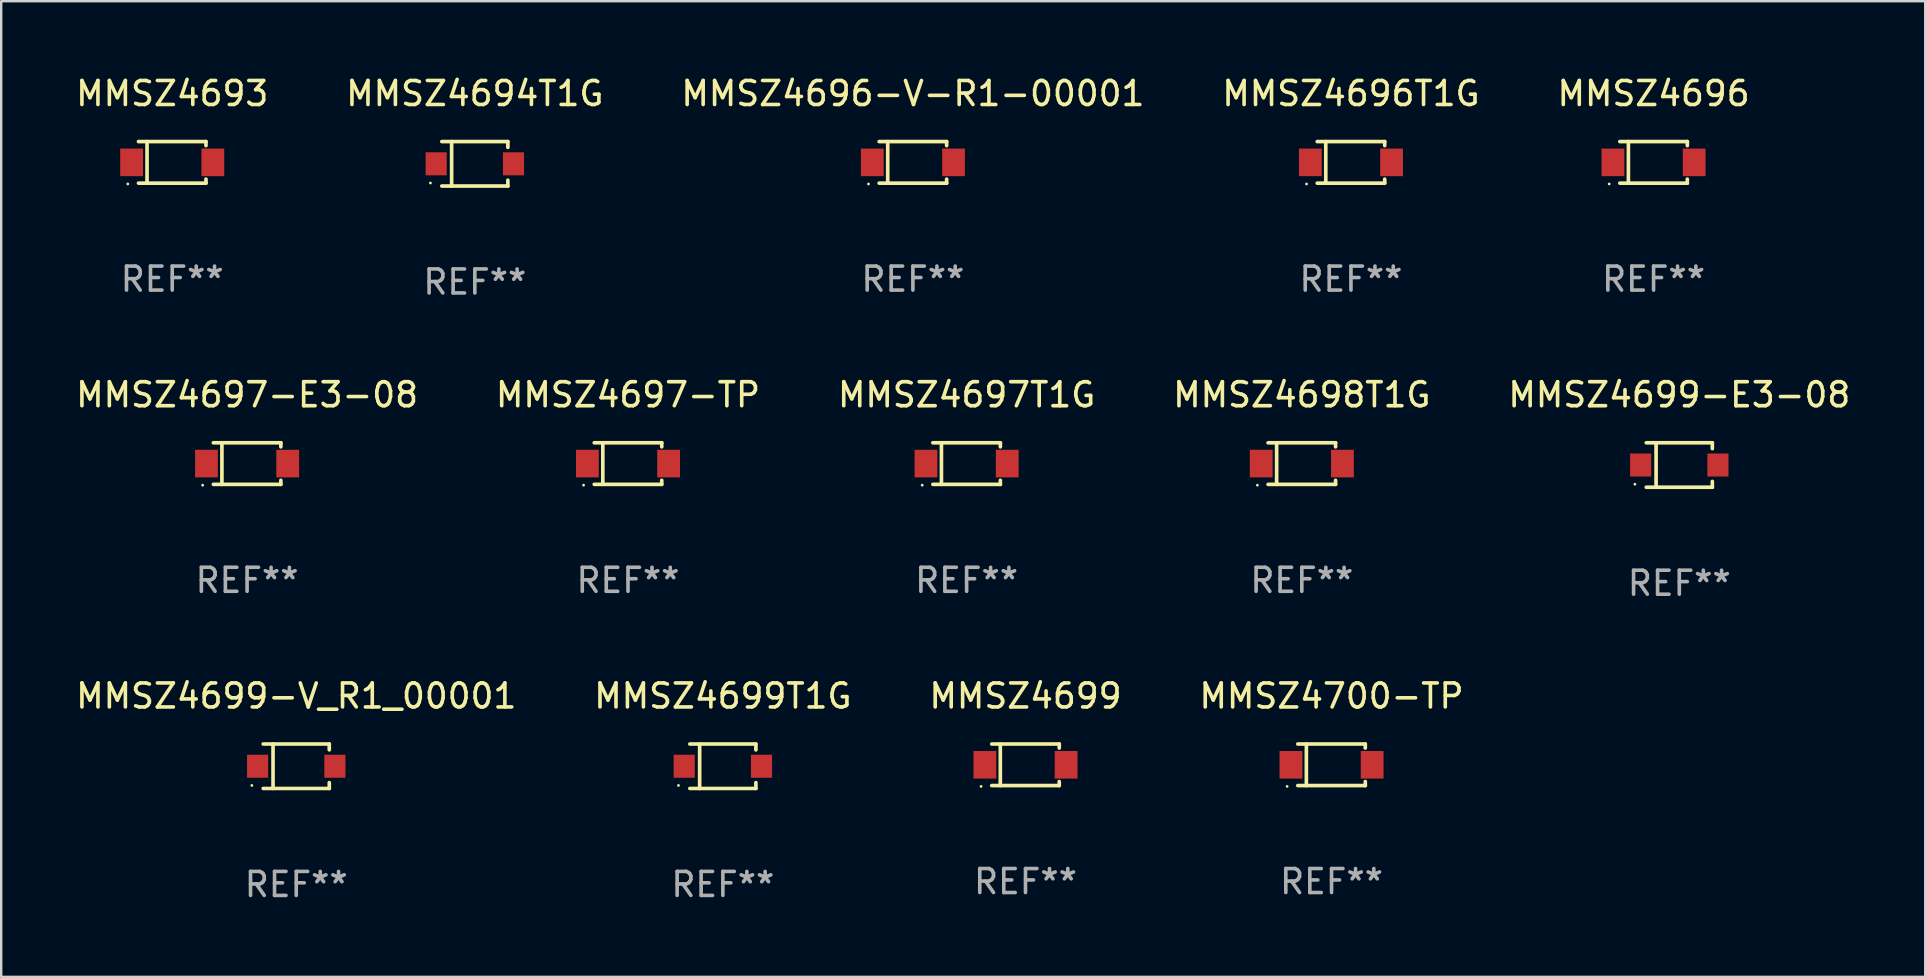
<source format=kicad_pcb>
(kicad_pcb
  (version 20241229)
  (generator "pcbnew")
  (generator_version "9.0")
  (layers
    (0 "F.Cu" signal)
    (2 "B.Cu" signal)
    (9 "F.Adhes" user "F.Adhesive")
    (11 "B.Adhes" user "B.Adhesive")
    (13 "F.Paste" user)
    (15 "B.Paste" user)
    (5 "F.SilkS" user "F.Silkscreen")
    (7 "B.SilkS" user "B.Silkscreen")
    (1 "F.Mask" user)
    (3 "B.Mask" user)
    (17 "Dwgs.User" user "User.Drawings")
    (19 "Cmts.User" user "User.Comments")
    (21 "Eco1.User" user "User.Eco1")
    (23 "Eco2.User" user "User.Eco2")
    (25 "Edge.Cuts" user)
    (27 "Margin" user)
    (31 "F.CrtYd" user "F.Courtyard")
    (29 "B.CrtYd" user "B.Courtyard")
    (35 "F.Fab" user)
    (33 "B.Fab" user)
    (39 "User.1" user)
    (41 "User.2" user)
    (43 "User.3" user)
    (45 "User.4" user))
  (footprint "MMSZ4696-V-R1-00001"
    (layer "F.Cu")
    (at 34.982 3.714)
    (property "Reference" "MMSZ4696-V-R1-00001" (at 0 -2.866 0) (layer "F.SilkS") (effects (font (size 1 1) (thickness 0.15))))
    (attr through_hole)
    (fp_line (start -1.406 -0.866) (end 1.406 -0.866) (stroke (width 0.152) (type solid)) (layer "F.SilkS"))
    (fp_line (start -1.406 0.866) (end 1.406 0.866) (stroke (width 0.152) (type solid)) (layer "F.SilkS"))
    (fp_line (start -1.049 -0.866) (end -1.049 0.866) (stroke (width 0.152) (type solid)) (layer "F.SilkS"))
    (fp_line (start 1.406 -0.866) (end 1.406 -0.698) (stroke (width 0.152) (type solid)) (layer "F.SilkS"))
    (fp_line (start 1.406 0.866) (end 1.406 0.698) (stroke (width 0.152) (type solid)) (layer "F.SilkS"))
    (fp_circle (center -1.851 0.9) (end -1.821 0.9) (stroke (width 0.06) (type solid)) (fill no) (layer "F.SilkS"))
    (fp_text user "REF**" (at 0 4.866 0) (layer "F.Fab") (effects (font (size 1 1) (thickness 0.15))))
    (pad "1" smd rect (at -1.692 0) (size 0.95 1.15) (layers "F.Cu" "F.Mask" "F.Paste"))
    (pad "2" smd rect (at 1.692 0) (size 0.95 1.15) (layers "F.Cu" "F.Mask" "F.Paste")))
  (footprint "MMSZ4697-TP"
    (layer "F.Cu")
    (at 23.113 16.263)
    (property "Reference" "MMSZ4697-TP" (at 0 -2.866 0) (layer "F.SilkS") (effects (font (size 1 1) (thickness 0.15))))
    (attr through_hole)
    (fp_line (start -1.406 -0.866) (end 1.406 -0.866) (stroke (width 0.152) (type solid)) (layer "F.SilkS"))
    (fp_line (start -1.406 0.866) (end 1.406 0.866) (stroke (width 0.152) (type solid)) (layer "F.SilkS"))
    (fp_line (start -1.049 -0.866) (end -1.049 0.866) (stroke (width 0.152) (type solid)) (layer "F.SilkS"))
    (fp_line (start 1.406 -0.866) (end 1.406 -0.698) (stroke (width 0.152) (type solid)) (layer "F.SilkS"))
    (fp_line (start 1.406 0.866) (end 1.406 0.698) (stroke (width 0.152) (type solid)) (layer "F.SilkS"))
    (fp_circle (center -1.851 0.9) (end -1.821 0.9) (stroke (width 0.06) (type solid)) (fill no) (layer "F.SilkS"))
    (fp_text user "REF**" (at 0 4.866 0) (layer "F.Fab") (effects (font (size 1 1) (thickness 0.15))))
    (pad "1" smd rect (at -1.692 0) (size 0.95 1.15) (layers "F.Cu" "F.Mask" "F.Paste"))
    (pad "2" smd rect (at 1.692 0) (size 0.95 1.15) (layers "F.Cu" "F.Mask" "F.Paste")))
  (footprint "MMSZ4700-TP"
    (layer "F.Cu")
    (at 52.423 28.812)
    (property "Reference" "MMSZ4700-TP" (at 0 -2.866 0) (layer "F.SilkS") (effects (font (size 1 1) (thickness 0.15))))
    (attr through_hole)
    (fp_line (start -1.406 -0.866) (end 1.406 -0.866) (stroke (width 0.152) (type solid)) (layer "F.SilkS"))
    (fp_line (start -1.406 0.866) (end 1.406 0.866) (stroke (width 0.152) (type solid)) (layer "F.SilkS"))
    (fp_line (start -1.049 -0.866) (end -1.049 0.866) (stroke (width 0.152) (type solid)) (layer "F.SilkS"))
    (fp_line (start 1.406 -0.866) (end 1.406 -0.698) (stroke (width 0.152) (type solid)) (layer "F.SilkS"))
    (fp_line (start 1.406 0.866) (end 1.406 0.698) (stroke (width 0.152) (type solid)) (layer "F.SilkS"))
    (fp_circle (center -1.851 0.9) (end -1.821 0.9) (stroke (width 0.06) (type solid)) (fill no) (layer "F.SilkS"))
    (fp_text user "REF**" (at 0 4.866 0) (layer "F.Fab") (effects (font (size 1 1) (thickness 0.15))))
    (pad "1" smd rect (at -1.692 0) (size 0.95 1.15) (layers "F.Cu" "F.Mask" "F.Paste"))
    (pad "2" smd rect (at 1.692 0) (size 0.95 1.15) (layers "F.Cu" "F.Mask" "F.Paste")))
  (footprint "MMSZ4697-E3-08"
    (layer "F.Cu")
    (at 7.244 16.263)
    (property "Reference" "MMSZ4697-E3-08" (at 0 -2.866 0) (layer "F.SilkS") (effects (font (size 1 1) (thickness 0.15))))
    (attr through_hole)
    (fp_line (start -1.406 -0.866) (end 1.406 -0.866) (stroke (width 0.152) (type solid)) (layer "F.SilkS"))
    (fp_line (start -1.406 0.866) (end 1.406 0.866) (stroke (width 0.152) (type solid)) (layer "F.SilkS"))
    (fp_line (start -1.049 -0.866) (end -1.049 0.866) (stroke (width 0.152) (type solid)) (layer "F.SilkS"))
    (fp_line (start 1.406 -0.866) (end 1.406 -0.698) (stroke (width 0.152) (type solid)) (layer "F.SilkS"))
    (fp_line (start 1.406 0.866) (end 1.406 0.698) (stroke (width 0.152) (type solid)) (layer "F.SilkS"))
    (fp_circle (center -1.851 0.9) (end -1.821 0.9) (stroke (width 0.06) (type solid)) (fill no) (layer "F.SilkS"))
    (fp_text user "REF**" (at 0 4.866 0) (layer "F.Fab") (effects (font (size 1 1) (thickness 0.15))))
    (pad "1" smd rect (at -1.692 0) (size 0.95 1.15) (layers "F.Cu" "F.Mask" "F.Paste"))
    (pad "2" smd rect (at 1.692 0) (size 0.95 1.15) (layers "F.Cu" "F.Mask" "F.Paste")))
  (footprint "MMSZ4696T1G"
    (layer "F.Cu")
    (at 53.232 3.714)
    (property "Reference" "MMSZ4696T1G" (at 0 -2.866 0) (layer "F.SilkS") (effects (font (size 1 1) (thickness 0.15))))
    (attr through_hole)
    (fp_line (start -1.406 -0.866) (end 1.406 -0.866) (stroke (width 0.152) (type solid)) (layer "F.SilkS"))
    (fp_line (start -1.406 0.866) (end 1.406 0.866) (stroke (width 0.152) (type solid)) (layer "F.SilkS"))
    (fp_line (start -1.049 -0.866) (end -1.049 0.866) (stroke (width 0.152) (type solid)) (layer "F.SilkS"))
    (fp_line (start 1.406 -0.866) (end 1.406 -0.698) (stroke (width 0.152) (type solid)) (layer "F.SilkS"))
    (fp_line (start 1.406 0.866) (end 1.406 0.698) (stroke (width 0.152) (type solid)) (layer "F.SilkS"))
    (fp_circle (center -1.851 0.9) (end -1.821 0.9) (stroke (width 0.06) (type solid)) (fill no) (layer "F.SilkS"))
    (fp_text user "REF**" (at 0 4.866 0) (layer "F.Fab") (effects (font (size 1 1) (thickness 0.15))))
    (pad "1" smd rect (at -1.692 0) (size 0.95 1.15) (layers "F.Cu" "F.Mask" "F.Paste"))
    (pad "2" smd rect (at 1.692 0) (size 0.95 1.15) (layers "F.Cu" "F.Mask" "F.Paste")))
  (footprint "MMSZ4697T1G"
    (layer "F.Cu")
    (at 37.22 16.263)
    (property "Reference" "MMSZ4697T1G" (at 0 -2.866 0) (layer "F.SilkS") (effects (font (size 1 1) (thickness 0.15))))
    (attr through_hole)
    (fp_line (start -1.406 -0.866) (end 1.406 -0.866) (stroke (width 0.152) (type solid)) (layer "F.SilkS"))
    (fp_line (start -1.406 0.866) (end 1.406 0.866) (stroke (width 0.152) (type solid)) (layer "F.SilkS"))
    (fp_line (start -1.049 -0.866) (end -1.049 0.866) (stroke (width 0.152) (type solid)) (layer "F.SilkS"))
    (fp_line (start 1.406 -0.866) (end 1.406 -0.698) (stroke (width 0.152) (type solid)) (layer "F.SilkS"))
    (fp_line (start 1.406 0.866) (end 1.406 0.698) (stroke (width 0.152) (type solid)) (layer "F.SilkS"))
    (fp_circle (center -1.851 0.9) (end -1.821 0.9) (stroke (width 0.06) (type solid)) (fill no) (layer "F.SilkS"))
    (fp_text user "REF**" (at 0 4.866 0) (layer "F.Fab") (effects (font (size 1 1) (thickness 0.15))))
    (pad "1" smd rect (at -1.692 0) (size 0.95 1.15) (layers "F.Cu" "F.Mask" "F.Paste"))
    (pad "2" smd rect (at 1.692 0) (size 0.95 1.15) (layers "F.Cu" "F.Mask" "F.Paste")))
  (footprint "MMSZ4699-V_R1_00001"
    (layer "F.Cu")
    (at 9.292 28.872)
    (property "Reference" "MMSZ4699-V_R1_00001" (at 0 -2.926 0) (layer "F.SilkS") (effects (font (size 1 1) (thickness 0.15))))
    (attr through_hole)
    (fp_line (start -1.376 -0.926) (end 1.376 -0.926) (stroke (width 0.152) (type solid)) (layer "F.SilkS"))
    (fp_line (start -1.376 0.926) (end 1.376 0.926) (stroke (width 0.152) (type solid)) (layer "F.SilkS"))
    (fp_line (start -0.967 -0.926) (end -0.967 0.926) (stroke (width 0.152) (type solid)) (layer "F.SilkS"))
    (fp_line (start 1.376 -0.926) (end 1.376 -0.683) (stroke (width 0.152) (type solid)) (layer "F.SilkS"))
    (fp_line (start 1.376 0.926) (end 1.376 0.683) (stroke (width 0.152) (type solid)) (layer "F.SilkS"))
    (fp_circle (center -1.85 0.8) (end -1.82 0.8) (stroke (width 0.06) (type solid)) (fill no) (layer "F.SilkS"))
    (fp_text user "REF**" (at 0 4.926 0) (layer "F.Fab") (effects (font (size 1 1) (thickness 0.15))))
    (pad "1" smd rect (at -1.61 0) (size 0.88 0.96) (layers "F.Cu" "F.Mask" "F.Paste"))
    (pad "2" smd rect (at 1.61 0) (size 0.88 0.96) (layers "F.Cu" "F.Mask" "F.Paste")))
  (footprint "MMSZ4699-E3-08"
    (layer "F.Cu")
    (at 66.911 16.323)
    (property "Reference" "MMSZ4699-E3-08" (at 0 -2.926 0) (layer "F.SilkS") (effects (font (size 1 1) (thickness 0.15))))
    (attr through_hole)
    (fp_line (start -1.376 -0.926) (end 1.376 -0.926) (stroke (width 0.152) (type solid)) (layer "F.SilkS"))
    (fp_line (start -1.376 0.926) (end 1.376 0.926) (stroke (width 0.152) (type solid)) (layer "F.SilkS"))
    (fp_line (start -0.967 -0.926) (end -0.967 0.926) (stroke (width 0.152) (type solid)) (layer "F.SilkS"))
    (fp_line (start 1.376 -0.926) (end 1.376 -0.683) (stroke (width 0.152) (type solid)) (layer "F.SilkS"))
    (fp_line (start 1.376 0.926) (end 1.376 0.683) (stroke (width 0.152) (type solid)) (layer "F.SilkS"))
    (fp_circle (center -1.85 0.8) (end -1.82 0.8) (stroke (width 0.06) (type solid)) (fill no) (layer "F.SilkS"))
    (fp_text user "REF**" (at 0 4.926 0) (layer "F.Fab") (effects (font (size 1 1) (thickness 0.15))))
    (pad "1" smd rect (at -1.61 0) (size 0.88 0.96) (layers "F.Cu" "F.Mask" "F.Paste"))
    (pad "2" smd rect (at 1.61 0) (size 0.88 0.96) (layers "F.Cu" "F.Mask" "F.Paste")))
  (footprint "MMSZ4699"
    (layer "F.Cu")
    (at 39.673 28.812)
    (property "Reference" "MMSZ4699" (at 0 -2.866 0) (layer "F.SilkS") (effects (font (size 1 1) (thickness 0.15))))
    (attr through_hole)
    (fp_line (start -1.406 -0.866) (end 1.406 -0.866) (stroke (width 0.152) (type solid)) (layer "F.SilkS"))
    (fp_line (start -1.406 0.866) (end 1.406 0.866) (stroke (width 0.152) (type solid)) (layer "F.SilkS"))
    (fp_line (start -1.049 -0.866) (end -1.049 0.866) (stroke (width 0.152) (type solid)) (layer "F.SilkS"))
    (fp_line (start 1.406 -0.866) (end 1.406 -0.698) (stroke (width 0.152) (type solid)) (layer "F.SilkS"))
    (fp_line (start 1.406 0.866) (end 1.406 0.698) (stroke (width 0.152) (type solid)) (layer "F.SilkS"))
    (fp_circle (center -1.851 0.9) (end -1.821 0.9) (stroke (width 0.06) (type solid)) (fill no) (layer "F.SilkS"))
    (fp_text user "REF**" (at 0 4.866 0) (layer "F.Fab") (effects (font (size 1 1) (thickness 0.15))))
    (pad "1" smd rect (at -1.692 0) (size 0.95 1.15) (layers "F.Cu" "F.Mask" "F.Paste"))
    (pad "2" smd rect (at 1.692 0) (size 0.95 1.15) (layers "F.Cu" "F.Mask" "F.Paste")))
  (footprint "MMSZ4699T1G"
    (layer "F.Cu")
    (at 27.065 28.872)
    (property "Reference" "MMSZ4699T1G" (at 0 -2.926 0) (layer "F.SilkS") (effects (font (size 1 1) (thickness 0.15))))
    (attr through_hole)
    (fp_line (start -1.376 -0.926) (end 1.376 -0.926) (stroke (width 0.152) (type solid)) (layer "F.SilkS"))
    (fp_line (start -1.376 0.926) (end 1.376 0.926) (stroke (width 0.152) (type solid)) (layer "F.SilkS"))
    (fp_line (start -0.967 -0.926) (end -0.967 0.926) (stroke (width 0.152) (type solid)) (layer "F.SilkS"))
    (fp_line (start 1.376 -0.926) (end 1.376 -0.683) (stroke (width 0.152) (type solid)) (layer "F.SilkS"))
    (fp_line (start 1.376 0.926) (end 1.376 0.683) (stroke (width 0.152) (type solid)) (layer "F.SilkS"))
    (fp_circle (center -1.85 0.8) (end -1.82 0.8) (stroke (width 0.06) (type solid)) (fill no) (layer "F.SilkS"))
    (fp_text user "REF**" (at 0 4.926 0) (layer "F.Fab") (effects (font (size 1 1) (thickness 0.15))))
    (pad "1" smd rect (at -1.61 0) (size 0.88 0.96) (layers "F.Cu" "F.Mask" "F.Paste"))
    (pad "2" smd rect (at 1.61 0) (size 0.88 0.96) (layers "F.Cu" "F.Mask" "F.Paste")))
  (footprint "MMSZ4694T1G"
    (layer "F.Cu")
    (at 16.732 3.774)
    (property "Reference" "MMSZ4694T1G" (at 0 -2.926 0) (layer "F.SilkS") (effects (font (size 1 1) (thickness 0.15))))
    (attr through_hole)
    (fp_line (start -1.376 -0.926) (end 1.376 -0.926) (stroke (width 0.152) (type solid)) (layer "F.SilkS"))
    (fp_line (start -1.376 0.926) (end 1.376 0.926) (stroke (width 0.152) (type solid)) (layer "F.SilkS"))
    (fp_line (start -0.967 -0.926) (end -0.967 0.926) (stroke (width 0.152) (type solid)) (layer "F.SilkS"))
    (fp_line (start 1.376 -0.926) (end 1.376 -0.683) (stroke (width 0.152) (type solid)) (layer "F.SilkS"))
    (fp_line (start 1.376 0.926) (end 1.376 0.683) (stroke (width 0.152) (type solid)) (layer "F.SilkS"))
    (fp_circle (center -1.85 0.8) (end -1.82 0.8) (stroke (width 0.06) (type solid)) (fill no) (layer "F.SilkS"))
    (fp_text user "REF**" (at 0 4.926 0) (layer "F.Fab") (effects (font (size 1 1) (thickness 0.15))))
    (pad "1" smd rect (at -1.61 0) (size 0.88 0.96) (layers "F.Cu" "F.Mask" "F.Paste"))
    (pad "2" smd rect (at 1.61 0) (size 0.88 0.96) (layers "F.Cu" "F.Mask" "F.Paste")))
  (footprint "MMSZ4696"
    (layer "F.Cu")
    (at 65.839 3.714)
    (property "Reference" "MMSZ4696" (at 0 -2.866 0) (layer "F.SilkS") (effects (font (size 1 1) (thickness 0.15))))
    (attr through_hole)
    (fp_line (start -1.406 -0.866) (end 1.406 -0.866) (stroke (width 0.152) (type solid)) (layer "F.SilkS"))
    (fp_line (start -1.406 0.866) (end 1.406 0.866) (stroke (width 0.152) (type solid)) (layer "F.SilkS"))
    (fp_line (start -1.049 -0.866) (end -1.049 0.866) (stroke (width 0.152) (type solid)) (layer "F.SilkS"))
    (fp_line (start 1.406 -0.866) (end 1.406 -0.698) (stroke (width 0.152) (type solid)) (layer "F.SilkS"))
    (fp_line (start 1.406 0.866) (end 1.406 0.698) (stroke (width 0.152) (type solid)) (layer "F.SilkS"))
    (fp_circle (center -1.851 0.9) (end -1.821 0.9) (stroke (width 0.06) (type solid)) (fill no) (layer "F.SilkS"))
    (fp_text user "REF**" (at 0 4.866 0) (layer "F.Fab") (effects (font (size 1 1) (thickness 0.15))))
    (pad "1" smd rect (at -1.692 0) (size 0.95 1.15) (layers "F.Cu" "F.Mask" "F.Paste"))
    (pad "2" smd rect (at 1.692 0) (size 0.95 1.15) (layers "F.Cu" "F.Mask" "F.Paste")))
  (footprint "MMSZ4698T1G"
    (layer "F.Cu")
    (at 51.185 16.263)
    (property "Reference" "MMSZ4698T1G" (at 0 -2.866 0) (layer "F.SilkS") (effects (font (size 1 1) (thickness 0.15))))
    (attr through_hole)
    (fp_line (start -1.406 -0.866) (end 1.406 -0.866) (stroke (width 0.152) (type solid)) (layer "F.SilkS"))
    (fp_line (start -1.406 0.866) (end 1.406 0.866) (stroke (width 0.152) (type solid)) (layer "F.SilkS"))
    (fp_line (start -1.049 -0.866) (end -1.049 0.866) (stroke (width 0.152) (type solid)) (layer "F.SilkS"))
    (fp_line (start 1.406 -0.866) (end 1.406 -0.698) (stroke (width 0.152) (type solid)) (layer "F.SilkS"))
    (fp_line (start 1.406 0.866) (end 1.406 0.698) (stroke (width 0.152) (type solid)) (layer "F.SilkS"))
    (fp_circle (center -1.851 0.9) (end -1.821 0.9) (stroke (width 0.06) (type solid)) (fill no) (layer "F.SilkS"))
    (fp_text user "REF**" (at 0 4.866 0) (layer "F.Fab") (effects (font (size 1 1) (thickness 0.15))))
    (pad "1" smd rect (at -1.692 0) (size 0.95 1.15) (layers "F.Cu" "F.Mask" "F.Paste"))
    (pad "2" smd rect (at 1.692 0) (size 0.95 1.15) (layers "F.Cu" "F.Mask" "F.Paste")))
  (footprint "MMSZ4693"
    (layer "F.Cu")
    (at 4.125 3.714)
    (property "Reference" "MMSZ4693" (at 0 -2.866 0) (layer "F.SilkS") (effects (font (size 1 1) (thickness 0.15))))
    (attr through_hole)
    (fp_line (start -1.406 -0.866) (end 1.406 -0.866) (stroke (width 0.152) (type solid)) (layer "F.SilkS"))
    (fp_line (start -1.406 0.866) (end 1.406 0.866) (stroke (width 0.152) (type solid)) (layer "F.SilkS"))
    (fp_line (start -1.049 -0.866) (end -1.049 0.866) (stroke (width 0.152) (type solid)) (layer "F.SilkS"))
    (fp_line (start 1.406 -0.866) (end 1.406 -0.698) (stroke (width 0.152) (type solid)) (layer "F.SilkS"))
    (fp_line (start 1.406 0.866) (end 1.406 0.698) (stroke (width 0.152) (type solid)) (layer "F.SilkS"))
    (fp_circle (center -1.851 0.9) (end -1.821 0.9) (stroke (width 0.06) (type solid)) (fill no) (layer "F.SilkS"))
    (fp_text user "REF**" (at 0 4.866 0) (layer "F.Fab") (effects (font (size 1 1) (thickness 0.15))))
    (pad "1" smd rect (at -1.692 0) (size 0.95 1.15) (layers "F.Cu" "F.Mask" "F.Paste"))
    (pad "2" smd rect (at 1.692 0) (size 0.95 1.15) (layers "F.Cu" "F.Mask" "F.Paste")))
  (gr_rect
    (start -3 -3)
    (end 77.155 37.647)
    (stroke (width 0.1) (type default))
    (fill no)
    (layer "Edge.Cuts")))
</source>
